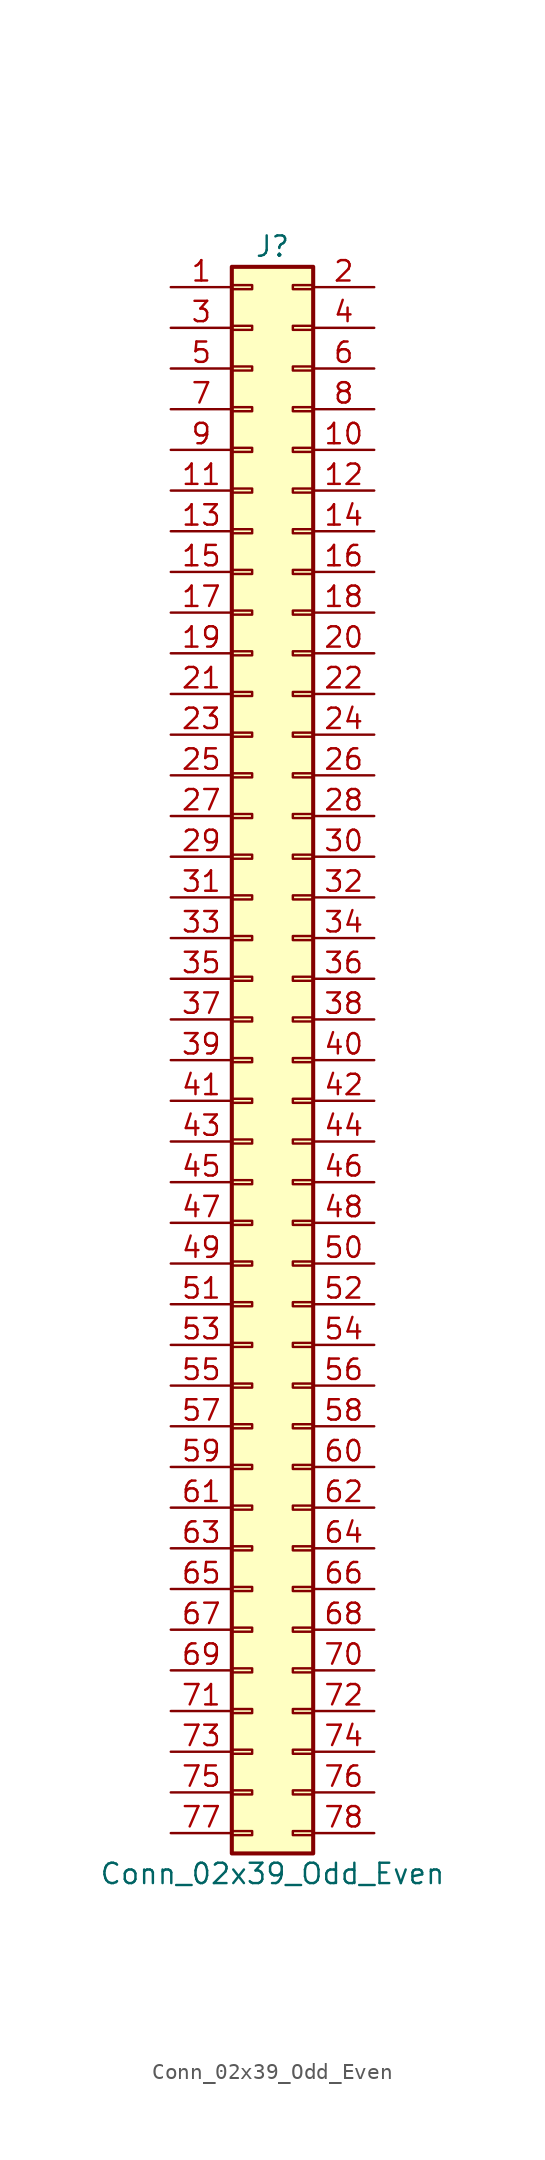
<source format=kicad_sym>
(kicad_symbol_lib
  (version 20201005)
  (generator kicad_symbol_editor)
  (symbol "Conn_02x39_Odd_Even"
    (pin_names
      (offset 1.016) hide)
    (property "Reference" "J"
      (at 1.27 50.8 0)
      (effects (font (size 1.27 1.27))))
    (property "Value" "Conn_02x39_Odd_Even"
      (at 1.27 -50.8 0)
      (effects (font (size 1.27 1.27))))
    (symbol "Conn_02x39_Odd_Even_1_1"
      (rectangle (start -1.27 -48.133) (end 0 -48.387) (stroke (width 0.152)) (fill (type none)))
      (rectangle (start -1.27 -45.593) (end 0 -45.847) (stroke (width 0.152)) (fill (type none)))
      (rectangle (start -1.27 -43.053) (end 0 -43.307) (stroke (width 0.152)) (fill (type none)))
      (rectangle (start -1.27 -40.513) (end 0 -40.767) (stroke (width 0.152)) (fill (type none)))
      (rectangle (start -1.27 -37.973) (end 0 -38.227) (stroke (width 0.152)) (fill (type none)))
      (rectangle (start -1.27 -35.433) (end 0 -35.687) (stroke (width 0.152)) (fill (type none)))
      (rectangle (start -1.27 -32.893) (end 0 -33.147) (stroke (width 0.152)) (fill (type none)))
      (rectangle (start -1.27 -30.353) (end 0 -30.607) (stroke (width 0.152)) (fill (type none)))
      (rectangle (start -1.27 -27.813) (end 0 -28.067) (stroke (width 0.152)) (fill (type none)))
      (rectangle (start -1.27 -25.273) (end 0 -25.527) (stroke (width 0.152)) (fill (type none)))
      (rectangle (start -1.27 -22.733) (end 0 -22.987) (stroke (width 0.152)) (fill (type none)))
      (rectangle (start -1.27 -20.193) (end 0 -20.447) (stroke (width 0.152)) (fill (type none)))
      (rectangle (start -1.27 -17.653) (end 0 -17.907) (stroke (width 0.152)) (fill (type none)))
      (rectangle (start -1.27 -15.113) (end 0 -15.367) (stroke (width 0.152)) (fill (type none)))
      (rectangle (start -1.27 -12.573) (end 0 -12.827) (stroke (width 0.152)) (fill (type none)))
      (rectangle (start -1.27 -10.033) (end 0 -10.287) (stroke (width 0.152)) (fill (type none)))
      (rectangle (start -1.27 -7.493) (end 0 -7.747) (stroke (width 0.152)) (fill (type none)))
      (rectangle (start -1.27 -4.953) (end 0 -5.207) (stroke (width 0.152)) (fill (type none)))
      (rectangle (start -1.27 -2.413) (end 0 -2.667) (stroke (width 0.152)) (fill (type none)))
      (rectangle (start -1.27 0.127) (end 0 -0.127) (stroke (width 0.152)) (fill (type none)))
      (rectangle (start -1.27 2.667) (end 0 2.413) (stroke (width 0.152)) (fill (type none)))
      (rectangle (start -1.27 5.207) (end 0 4.953) (stroke (width 0.152)) (fill (type none)))
      (rectangle (start -1.27 7.747) (end 0 7.493) (stroke (width 0.152)) (fill (type none)))
      (rectangle (start -1.27 10.287) (end 0 10.033) (stroke (width 0.152)) (fill (type none)))
      (rectangle (start -1.27 12.827) (end 0 12.573) (stroke (width 0.152)) (fill (type none)))
      (rectangle (start -1.27 15.367) (end 0 15.113) (stroke (width 0.152)) (fill (type none)))
      (rectangle (start -1.27 17.907) (end 0 17.653) (stroke (width 0.152)) (fill (type none)))
      (rectangle (start -1.27 20.447) (end 0 20.193) (stroke (width 0.152)) (fill (type none)))
      (rectangle (start -1.27 22.987) (end 0 22.733) (stroke (width 0.152)) (fill (type none)))
      (rectangle (start -1.27 25.527) (end 0 25.273) (stroke (width 0.152)) (fill (type none)))
      (rectangle (start -1.27 28.067) (end 0 27.813) (stroke (width 0.152)) (fill (type none)))
      (rectangle (start -1.27 30.607) (end 0 30.353) (stroke (width 0.152)) (fill (type none)))
      (rectangle (start -1.27 33.147) (end 0 32.893) (stroke (width 0.152)) (fill (type none)))
      (rectangle (start -1.27 35.687) (end 0 35.433) (stroke (width 0.152)) (fill (type none)))
      (rectangle (start -1.27 38.227) (end 0 37.973) (stroke (width 0.152)) (fill (type none)))
      (rectangle (start -1.27 40.767) (end 0 40.513) (stroke (width 0.152)) (fill (type none)))
      (rectangle (start -1.27 43.307) (end 0 43.053) (stroke (width 0.152)) (fill (type none)))
      (rectangle (start -1.27 45.847) (end 0 45.593) (stroke (width 0.152)) (fill (type none)))
      (rectangle (start -1.27 48.387) (end 0 48.133) (stroke (width 0.152)) (fill (type none)))
      (rectangle (start 3.81 -48.133) (end 2.54 -48.387) (stroke (width 0.152)) (fill (type none)))
      (rectangle (start 3.81 -45.593) (end 2.54 -45.847) (stroke (width 0.152)) (fill (type none)))
      (rectangle (start 3.81 -43.053) (end 2.54 -43.307) (stroke (width 0.152)) (fill (type none)))
      (rectangle (start 3.81 -40.513) (end 2.54 -40.767) (stroke (width 0.152)) (fill (type none)))
      (rectangle (start 3.81 -37.973) (end 2.54 -38.227) (stroke (width 0.152)) (fill (type none)))
      (rectangle (start 3.81 -35.433) (end 2.54 -35.687) (stroke (width 0.152)) (fill (type none)))
      (rectangle (start 3.81 -32.893) (end 2.54 -33.147) (stroke (width 0.152)) (fill (type none)))
      (rectangle (start 3.81 -30.353) (end 2.54 -30.607) (stroke (width 0.152)) (fill (type none)))
      (rectangle (start 3.81 -27.813) (end 2.54 -28.067) (stroke (width 0.152)) (fill (type none)))
      (rectangle (start 3.81 -25.273) (end 2.54 -25.527) (stroke (width 0.152)) (fill (type none)))
      (rectangle (start 3.81 -22.733) (end 2.54 -22.987) (stroke (width 0.152)) (fill (type none)))
      (rectangle (start 3.81 -20.193) (end 2.54 -20.447) (stroke (width 0.152)) (fill (type none)))
      (rectangle (start 3.81 -17.653) (end 2.54 -17.907) (stroke (width 0.152)) (fill (type none)))
      (rectangle (start 3.81 -15.113) (end 2.54 -15.367) (stroke (width 0.152)) (fill (type none)))
      (rectangle (start 3.81 -12.573) (end 2.54 -12.827) (stroke (width 0.152)) (fill (type none)))
      (rectangle (start 3.81 -10.033) (end 2.54 -10.287) (stroke (width 0.152)) (fill (type none)))
      (rectangle (start 3.81 -7.493) (end 2.54 -7.747) (stroke (width 0.152)) (fill (type none)))
      (rectangle (start 3.81 -4.953) (end 2.54 -5.207) (stroke (width 0.152)) (fill (type none)))
      (rectangle (start 3.81 -2.413) (end 2.54 -2.667) (stroke (width 0.152)) (fill (type none)))
      (rectangle (start 3.81 0.127) (end 2.54 -0.127) (stroke (width 0.152)) (fill (type none)))
      (rectangle (start 3.81 2.667) (end 2.54 2.413) (stroke (width 0.152)) (fill (type none)))
      (rectangle (start 3.81 5.207) (end 2.54 4.953) (stroke (width 0.152)) (fill (type none)))
      (rectangle (start 3.81 7.747) (end 2.54 7.493) (stroke (width 0.152)) (fill (type none)))
      (rectangle (start 3.81 10.287) (end 2.54 10.033) (stroke (width 0.152)) (fill (type none)))
      (rectangle (start 3.81 12.827) (end 2.54 12.573) (stroke (width 0.152)) (fill (type none)))
      (rectangle (start 3.81 15.367) (end 2.54 15.113) (stroke (width 0.152)) (fill (type none)))
      (rectangle (start 3.81 17.907) (end 2.54 17.653) (stroke (width 0.152)) (fill (type none)))
      (rectangle (start 3.81 20.447) (end 2.54 20.193) (stroke (width 0.152)) (fill (type none)))
      (rectangle (start 3.81 22.987) (end 2.54 22.733) (stroke (width 0.152)) (fill (type none)))
      (rectangle (start 3.81 25.527) (end 2.54 25.273) (stroke (width 0.152)) (fill (type none)))
      (rectangle (start 3.81 28.067) (end 2.54 27.813) (stroke (width 0.152)) (fill (type none)))
      (rectangle (start 3.81 30.607) (end 2.54 30.353) (stroke (width 0.152)) (fill (type none)))
      (rectangle (start 3.81 33.147) (end 2.54 32.893) (stroke (width 0.152)) (fill (type none)))
      (rectangle (start 3.81 35.687) (end 2.54 35.433) (stroke (width 0.152)) (fill (type none)))
      (rectangle (start 3.81 38.227) (end 2.54 37.973) (stroke (width 0.152)) (fill (type none)))
      (rectangle (start 3.81 40.767) (end 2.54 40.513) (stroke (width 0.152)) (fill (type none)))
      (rectangle (start 3.81 43.307) (end 2.54 43.053) (stroke (width 0.152)) (fill (type none)))
      (rectangle (start 3.81 45.847) (end 2.54 45.593) (stroke (width 0.152)) (fill (type none)))
      (rectangle (start 3.81 48.387) (end 2.54 48.133) (stroke (width 0.152)) (fill (type none)))
      (rectangle (start -1.27 49.53) (end 3.81 -49.53) (stroke (width 0.254)) (fill (type background)))
      (pin passive line (at -5.08 48.26 0) (length 3.81) (name "Pin_1" (effects (font (size 1.27 1.27)))) (number "1" (effects (font (size 1.27 1.27)))))
      (pin passive line (at 7.62 38.1 180) (length 3.81) (name "Pin_10" (effects (font (size 1.27 1.27)))) (number "10" (effects (font (size 1.27 1.27)))))
      (pin passive line (at -5.08 35.56 0) (length 3.81) (name "Pin_11" (effects (font (size 1.27 1.27)))) (number "11" (effects (font (size 1.27 1.27)))))
      (pin passive line (at 7.62 35.56 180) (length 3.81) (name "Pin_12" (effects (font (size 1.27 1.27)))) (number "12" (effects (font (size 1.27 1.27)))))
      (pin passive line (at -5.08 33.02 0) (length 3.81) (name "Pin_13" (effects (font (size 1.27 1.27)))) (number "13" (effects (font (size 1.27 1.27)))))
      (pin passive line (at 7.62 33.02 180) (length 3.81) (name "Pin_14" (effects (font (size 1.27 1.27)))) (number "14" (effects (font (size 1.27 1.27)))))
      (pin passive line (at -5.08 30.48 0) (length 3.81) (name "Pin_15" (effects (font (size 1.27 1.27)))) (number "15" (effects (font (size 1.27 1.27)))))
      (pin passive line (at 7.62 30.48 180) (length 3.81) (name "Pin_16" (effects (font (size 1.27 1.27)))) (number "16" (effects (font (size 1.27 1.27)))))
      (pin passive line (at -5.08 27.94 0) (length 3.81) (name "Pin_17" (effects (font (size 1.27 1.27)))) (number "17" (effects (font (size 1.27 1.27)))))
      (pin passive line (at 7.62 27.94 180) (length 3.81) (name "Pin_18" (effects (font (size 1.27 1.27)))) (number "18" (effects (font (size 1.27 1.27)))))
      (pin passive line (at -5.08 25.4 0) (length 3.81) (name "Pin_19" (effects (font (size 1.27 1.27)))) (number "19" (effects (font (size 1.27 1.27)))))
      (pin passive line (at 7.62 48.26 180) (length 3.81) (name "Pin_2" (effects (font (size 1.27 1.27)))) (number "2" (effects (font (size 1.27 1.27)))))
      (pin passive line (at 7.62 25.4 180) (length 3.81) (name "Pin_20" (effects (font (size 1.27 1.27)))) (number "20" (effects (font (size 1.27 1.27)))))
      (pin passive line (at -5.08 22.86 0) (length 3.81) (name "Pin_21" (effects (font (size 1.27 1.27)))) (number "21" (effects (font (size 1.27 1.27)))))
      (pin passive line (at 7.62 22.86 180) (length 3.81) (name "Pin_22" (effects (font (size 1.27 1.27)))) (number "22" (effects (font (size 1.27 1.27)))))
      (pin passive line (at -5.08 20.32 0) (length 3.81) (name "Pin_23" (effects (font (size 1.27 1.27)))) (number "23" (effects (font (size 1.27 1.27)))))
      (pin passive line (at 7.62 20.32 180) (length 3.81) (name "Pin_24" (effects (font (size 1.27 1.27)))) (number "24" (effects (font (size 1.27 1.27)))))
      (pin passive line (at -5.08 17.78 0) (length 3.81) (name "Pin_25" (effects (font (size 1.27 1.27)))) (number "25" (effects (font (size 1.27 1.27)))))
      (pin passive line (at 7.62 17.78 180) (length 3.81) (name "Pin_26" (effects (font (size 1.27 1.27)))) (number "26" (effects (font (size 1.27 1.27)))))
      (pin passive line (at -5.08 15.24 0) (length 3.81) (name "Pin_27" (effects (font (size 1.27 1.27)))) (number "27" (effects (font (size 1.27 1.27)))))
      (pin passive line (at 7.62 15.24 180) (length 3.81) (name "Pin_28" (effects (font (size 1.27 1.27)))) (number "28" (effects (font (size 1.27 1.27)))))
      (pin passive line (at -5.08 12.7 0) (length 3.81) (name "Pin_29" (effects (font (size 1.27 1.27)))) (number "29" (effects (font (size 1.27 1.27)))))
      (pin passive line (at -5.08 45.72 0) (length 3.81) (name "Pin_3" (effects (font (size 1.27 1.27)))) (number "3" (effects (font (size 1.27 1.27)))))
      (pin passive line (at 7.62 12.7 180) (length 3.81) (name "Pin_30" (effects (font (size 1.27 1.27)))) (number "30" (effects (font (size 1.27 1.27)))))
      (pin passive line (at -5.08 10.16 0) (length 3.81) (name "Pin_31" (effects (font (size 1.27 1.27)))) (number "31" (effects (font (size 1.27 1.27)))))
      (pin passive line (at 7.62 10.16 180) (length 3.81) (name "Pin_32" (effects (font (size 1.27 1.27)))) (number "32" (effects (font (size 1.27 1.27)))))
      (pin passive line (at -5.08 7.62 0) (length 3.81) (name "Pin_33" (effects (font (size 1.27 1.27)))) (number "33" (effects (font (size 1.27 1.27)))))
      (pin passive line (at 7.62 7.62 180) (length 3.81) (name "Pin_34" (effects (font (size 1.27 1.27)))) (number "34" (effects (font (size 1.27 1.27)))))
      (pin passive line (at -5.08 5.08 0) (length 3.81) (name "Pin_35" (effects (font (size 1.27 1.27)))) (number "35" (effects (font (size 1.27 1.27)))))
      (pin passive line (at 7.62 5.08 180) (length 3.81) (name "Pin_36" (effects (font (size 1.27 1.27)))) (number "36" (effects (font (size 1.27 1.27)))))
      (pin passive line (at -5.08 2.54 0) (length 3.81) (name "Pin_37" (effects (font (size 1.27 1.27)))) (number "37" (effects (font (size 1.27 1.27)))))
      (pin passive line (at 7.62 2.54 180) (length 3.81) (name "Pin_38" (effects (font (size 1.27 1.27)))) (number "38" (effects (font (size 1.27 1.27)))))
      (pin passive line (at -5.08 0 0) (length 3.81) (name "Pin_39" (effects (font (size 1.27 1.27)))) (number "39" (effects (font (size 1.27 1.27)))))
      (pin passive line (at 7.62 45.72 180) (length 3.81) (name "Pin_4" (effects (font (size 1.27 1.27)))) (number "4" (effects (font (size 1.27 1.27)))))
      (pin passive line (at 7.62 0 180) (length 3.81) (name "Pin_40" (effects (font (size 1.27 1.27)))) (number "40" (effects (font (size 1.27 1.27)))))
      (pin passive line (at -5.08 -2.54 0) (length 3.81) (name "Pin_41" (effects (font (size 1.27 1.27)))) (number "41" (effects (font (size 1.27 1.27)))))
      (pin passive line (at 7.62 -2.54 180) (length 3.81) (name "Pin_42" (effects (font (size 1.27 1.27)))) (number "42" (effects (font (size 1.27 1.27)))))
      (pin passive line (at -5.08 -5.08 0) (length 3.81) (name "Pin_43" (effects (font (size 1.27 1.27)))) (number "43" (effects (font (size 1.27 1.27)))))
      (pin passive line (at 7.62 -5.08 180) (length 3.81) (name "Pin_44" (effects (font (size 1.27 1.27)))) (number "44" (effects (font (size 1.27 1.27)))))
      (pin passive line (at -5.08 -7.62 0) (length 3.81) (name "Pin_45" (effects (font (size 1.27 1.27)))) (number "45" (effects (font (size 1.27 1.27)))))
      (pin passive line (at 7.62 -7.62 180) (length 3.81) (name "Pin_46" (effects (font (size 1.27 1.27)))) (number "46" (effects (font (size 1.27 1.27)))))
      (pin passive line (at -5.08 -10.16 0) (length 3.81) (name "Pin_47" (effects (font (size 1.27 1.27)))) (number "47" (effects (font (size 1.27 1.27)))))
      (pin passive line (at 7.62 -10.16 180) (length 3.81) (name "Pin_48" (effects (font (size 1.27 1.27)))) (number "48" (effects (font (size 1.27 1.27)))))
      (pin passive line (at -5.08 -12.7 0) (length 3.81) (name "Pin_49" (effects (font (size 1.27 1.27)))) (number "49" (effects (font (size 1.27 1.27)))))
      (pin passive line (at -5.08 43.18 0) (length 3.81) (name "Pin_5" (effects (font (size 1.27 1.27)))) (number "5" (effects (font (size 1.27 1.27)))))
      (pin passive line (at 7.62 -12.7 180) (length 3.81) (name "Pin_50" (effects (font (size 1.27 1.27)))) (number "50" (effects (font (size 1.27 1.27)))))
      (pin passive line (at -5.08 -15.24 0) (length 3.81) (name "Pin_51" (effects (font (size 1.27 1.27)))) (number "51" (effects (font (size 1.27 1.27)))))
      (pin passive line (at 7.62 -15.24 180) (length 3.81) (name "Pin_52" (effects (font (size 1.27 1.27)))) (number "52" (effects (font (size 1.27 1.27)))))
      (pin passive line (at -5.08 -17.78 0) (length 3.81) (name "Pin_53" (effects (font (size 1.27 1.27)))) (number "53" (effects (font (size 1.27 1.27)))))
      (pin passive line (at 7.62 -17.78 180) (length 3.81) (name "Pin_54" (effects (font (size 1.27 1.27)))) (number "54" (effects (font (size 1.27 1.27)))))
      (pin passive line (at -5.08 -20.32 0) (length 3.81) (name "Pin_55" (effects (font (size 1.27 1.27)))) (number "55" (effects (font (size 1.27 1.27)))))
      (pin passive line (at 7.62 -20.32 180) (length 3.81) (name "Pin_56" (effects (font (size 1.27 1.27)))) (number "56" (effects (font (size 1.27 1.27)))))
      (pin passive line (at -5.08 -22.86 0) (length 3.81) (name "Pin_57" (effects (font (size 1.27 1.27)))) (number "57" (effects (font (size 1.27 1.27)))))
      (pin passive line (at 7.62 -22.86 180) (length 3.81) (name "Pin_58" (effects (font (size 1.27 1.27)))) (number "58" (effects (font (size 1.27 1.27)))))
      (pin passive line (at -5.08 -25.4 0) (length 3.81) (name "Pin_59" (effects (font (size 1.27 1.27)))) (number "59" (effects (font (size 1.27 1.27)))))
      (pin passive line (at 7.62 43.18 180) (length 3.81) (name "Pin_6" (effects (font (size 1.27 1.27)))) (number "6" (effects (font (size 1.27 1.27)))))
      (pin passive line (at 7.62 -25.4 180) (length 3.81) (name "Pin_60" (effects (font (size 1.27 1.27)))) (number "60" (effects (font (size 1.27 1.27)))))
      (pin passive line (at -5.08 -27.94 0) (length 3.81) (name "Pin_61" (effects (font (size 1.27 1.27)))) (number "61" (effects (font (size 1.27 1.27)))))
      (pin passive line (at 7.62 -27.94 180) (length 3.81) (name "Pin_62" (effects (font (size 1.27 1.27)))) (number "62" (effects (font (size 1.27 1.27)))))
      (pin passive line (at -5.08 -30.48 0) (length 3.81) (name "Pin_63" (effects (font (size 1.27 1.27)))) (number "63" (effects (font (size 1.27 1.27)))))
      (pin passive line (at 7.62 -30.48 180) (length 3.81) (name "Pin_64" (effects (font (size 1.27 1.27)))) (number "64" (effects (font (size 1.27 1.27)))))
      (pin passive line (at -5.08 -33.02 0) (length 3.81) (name "Pin_65" (effects (font (size 1.27 1.27)))) (number "65" (effects (font (size 1.27 1.27)))))
      (pin passive line (at 7.62 -33.02 180) (length 3.81) (name "Pin_66" (effects (font (size 1.27 1.27)))) (number "66" (effects (font (size 1.27 1.27)))))
      (pin passive line (at -5.08 -35.56 0) (length 3.81) (name "Pin_67" (effects (font (size 1.27 1.27)))) (number "67" (effects (font (size 1.27 1.27)))))
      (pin passive line (at 7.62 -35.56 180) (length 3.81) (name "Pin_68" (effects (font (size 1.27 1.27)))) (number "68" (effects (font (size 1.27 1.27)))))
      (pin passive line (at -5.08 -38.1 0) (length 3.81) (name "Pin_69" (effects (font (size 1.27 1.27)))) (number "69" (effects (font (size 1.27 1.27)))))
      (pin passive line (at -5.08 40.64 0) (length 3.81) (name "Pin_7" (effects (font (size 1.27 1.27)))) (number "7" (effects (font (size 1.27 1.27)))))
      (pin passive line (at 7.62 -38.1 180) (length 3.81) (name "Pin_70" (effects (font (size 1.27 1.27)))) (number "70" (effects (font (size 1.27 1.27)))))
      (pin passive line (at -5.08 -40.64 0) (length 3.81) (name "Pin_71" (effects (font (size 1.27 1.27)))) (number "71" (effects (font (size 1.27 1.27)))))
      (pin passive line (at 7.62 -40.64 180) (length 3.81) (name "Pin_72" (effects (font (size 1.27 1.27)))) (number "72" (effects (font (size 1.27 1.27)))))
      (pin passive line (at -5.08 -43.18 0) (length 3.81) (name "Pin_73" (effects (font (size 1.27 1.27)))) (number "73" (effects (font (size 1.27 1.27)))))
      (pin passive line (at 7.62 -43.18 180) (length 3.81) (name "Pin_74" (effects (font (size 1.27 1.27)))) (number "74" (effects (font (size 1.27 1.27)))))
      (pin passive line (at -5.08 -45.72 0) (length 3.81) (name "Pin_75" (effects (font (size 1.27 1.27)))) (number "75" (effects (font (size 1.27 1.27)))))
      (pin passive line (at 7.62 -45.72 180) (length 3.81) (name "Pin_76" (effects (font (size 1.27 1.27)))) (number "76" (effects (font (size 1.27 1.27)))))
      (pin passive line (at -5.08 -48.26 0) (length 3.81) (name "Pin_77" (effects (font (size 1.27 1.27)))) (number "77" (effects (font (size 1.27 1.27)))))
      (pin passive line (at 7.62 -48.26 180) (length 3.81) (name "Pin_78" (effects (font (size 1.27 1.27)))) (number "78" (effects (font (size 1.27 1.27)))))
      (pin passive line (at 7.62 40.64 180) (length 3.81) (name "Pin_8" (effects (font (size 1.27 1.27)))) (number "8" (effects (font (size 1.27 1.27)))))
      (pin passive line (at -5.08 38.1 0) (length 3.81) (name "Pin_9" (effects (font (size 1.27 1.27)))) (number "9" (effects (font (size 1.27 1.27))))))))
</source>
